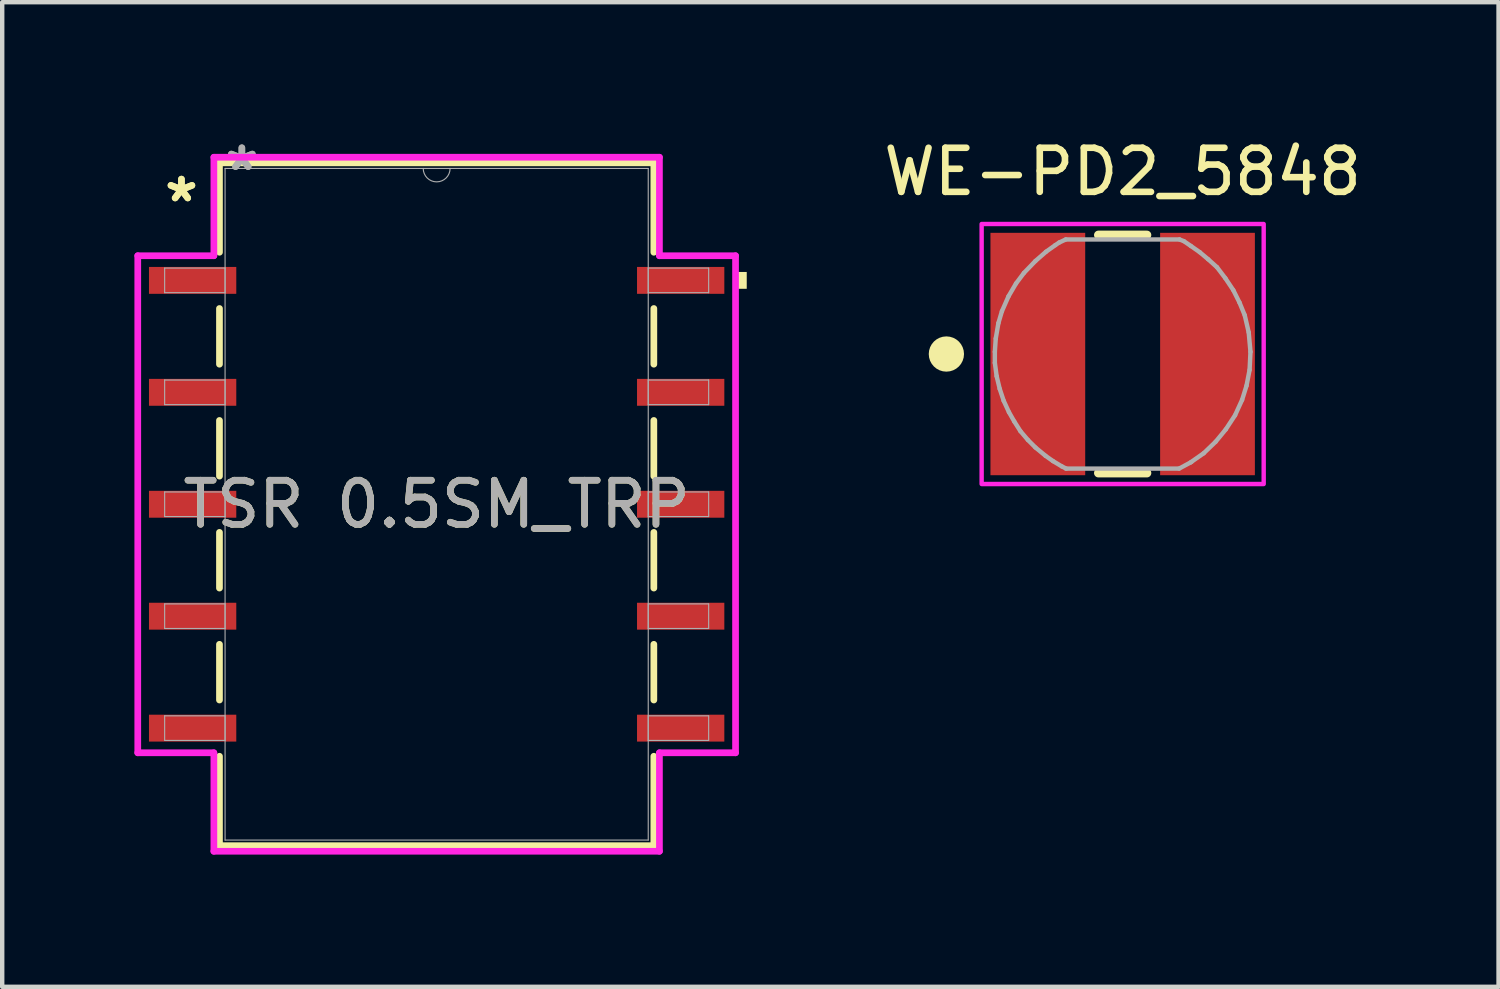
<source format=kicad_pcb>
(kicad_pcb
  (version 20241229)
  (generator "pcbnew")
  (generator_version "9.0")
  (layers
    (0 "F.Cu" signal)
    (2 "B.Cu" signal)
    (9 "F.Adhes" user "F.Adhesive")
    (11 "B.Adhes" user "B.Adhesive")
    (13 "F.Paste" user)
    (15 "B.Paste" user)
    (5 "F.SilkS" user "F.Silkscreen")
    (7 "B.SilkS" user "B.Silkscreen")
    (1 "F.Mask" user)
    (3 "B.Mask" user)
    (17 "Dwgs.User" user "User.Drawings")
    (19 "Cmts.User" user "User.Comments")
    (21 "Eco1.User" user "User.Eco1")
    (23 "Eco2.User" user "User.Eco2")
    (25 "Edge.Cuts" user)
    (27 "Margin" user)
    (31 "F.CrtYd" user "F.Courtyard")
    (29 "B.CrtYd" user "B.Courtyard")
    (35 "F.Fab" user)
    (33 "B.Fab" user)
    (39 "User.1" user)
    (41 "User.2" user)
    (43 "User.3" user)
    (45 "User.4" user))
  (footprint "TSR 0.5SM_TRP"
    (layer "F.Cu")
    (at 6.858 8.392)
    (property "Reference" "TSR 0.5SM_TRP" (at 0 0 0) (unlocked yes) (layer "F.SilkS") (effects (font (size 1 1) (thickness 0.15))))
    (attr smd)
    (fp_line (start -4.928 -7.747) (end -4.928 -5.718) (stroke (width 0.152) (type solid)) (layer "F.SilkS"))
    (fp_line (start -4.928 -4.442) (end -4.928 -3.178) (stroke (width 0.152) (type solid)) (layer "F.SilkS"))
    (fp_line (start -4.928 -1.902) (end -4.928 -0.638) (stroke (width 0.152) (type solid)) (layer "F.SilkS"))
    (fp_line (start -4.928 0.638) (end -4.928 1.902) (stroke (width 0.152) (type solid)) (layer "F.SilkS"))
    (fp_line (start -4.928 3.178) (end -4.928 4.442) (stroke (width 0.152) (type solid)) (layer "F.SilkS"))
    (fp_line (start -4.928 5.718) (end -4.928 7.747) (stroke (width 0.152) (type solid)) (layer "F.SilkS"))
    (fp_line (start -4.928 7.747) (end 4.928 7.747) (stroke (width 0.152) (type solid)) (layer "F.SilkS"))
    (fp_line (start 4.928 -7.747) (end -4.928 -7.747) (stroke (width 0.152) (type solid)) (layer "F.SilkS"))
    (fp_line (start 4.928 -5.718) (end 4.928 -7.747) (stroke (width 0.152) (type solid)) (layer "F.SilkS"))
    (fp_line (start 4.928 -3.178) (end 4.928 -4.442) (stroke (width 0.152) (type solid)) (layer "F.SilkS"))
    (fp_line (start 4.928 -0.638) (end 4.928 -1.902) (stroke (width 0.152) (type solid)) (layer "F.SilkS"))
    (fp_line (start 4.928 1.902) (end 4.928 0.638) (stroke (width 0.152) (type solid)) (layer "F.SilkS"))
    (fp_line (start 4.928 4.442) (end 4.928 3.178) (stroke (width 0.152) (type solid)) (layer "F.SilkS"))
    (fp_line (start 4.928 7.747) (end 4.928 5.718) (stroke (width 0.152) (type solid)) (layer "F.SilkS"))
    (fp_poly (pts (xy 7.036 -5.271) (xy 7.036 -4.889) (xy 6.782 -4.889) (xy 6.782 -5.271)) (stroke (width 0) (type solid)) (fill yes) (layer "F.SilkS"))
    (fp_line (start -6.782 -5.639) (end -5.055 -5.639) (stroke (width 0.152) (type solid)) (layer "F.CrtYd"))
    (fp_line (start -6.782 5.639) (end -6.782 -5.639) (stroke (width 0.152) (type solid)) (layer "F.CrtYd"))
    (fp_line (start -6.782 5.639) (end -5.055 5.639) (stroke (width 0.152) (type solid)) (layer "F.CrtYd"))
    (fp_line (start -5.055 -7.874) (end 5.055 -7.874) (stroke (width 0.152) (type solid)) (layer "F.CrtYd"))
    (fp_line (start -5.055 -5.639) (end -5.055 -7.874) (stroke (width 0.152) (type solid)) (layer "F.CrtYd"))
    (fp_line (start -5.055 7.874) (end -5.055 5.639) (stroke (width 0.152) (type solid)) (layer "F.CrtYd"))
    (fp_line (start 5.055 -7.874) (end 5.055 -5.639) (stroke (width 0.152) (type solid)) (layer "F.CrtYd"))
    (fp_line (start 5.055 5.639) (end 5.055 7.874) (stroke (width 0.152) (type solid)) (layer "F.CrtYd"))
    (fp_line (start 5.055 7.874) (end -5.055 7.874) (stroke (width 0.152) (type solid)) (layer "F.CrtYd"))
    (fp_line (start 6.782 -5.639) (end 5.055 -5.639) (stroke (width 0.152) (type solid)) (layer "F.CrtYd"))
    (fp_line (start 6.782 -5.639) (end 6.782 5.639) (stroke (width 0.152) (type solid)) (layer "F.CrtYd"))
    (fp_line (start 6.782 5.639) (end 5.055 5.639) (stroke (width 0.152) (type solid)) (layer "F.CrtYd"))
    (fp_line (start -6.172 -5.359) (end -6.172 -4.801) (stroke (width 0.025) (type solid)) (layer "F.Fab"))
    (fp_line (start -6.172 -4.801) (end -4.801 -4.801) (stroke (width 0.025) (type solid)) (layer "F.Fab"))
    (fp_line (start -6.172 -2.819) (end -6.172 -2.261) (stroke (width 0.025) (type solid)) (layer "F.Fab"))
    (fp_line (start -6.172 -2.261) (end -4.801 -2.261) (stroke (width 0.025) (type solid)) (layer "F.Fab"))
    (fp_line (start -6.172 -0.279) (end -6.172 0.279) (stroke (width 0.025) (type solid)) (layer "F.Fab"))
    (fp_line (start -6.172 0.279) (end -4.801 0.279) (stroke (width 0.025) (type solid)) (layer "F.Fab"))
    (fp_line (start -6.172 2.261) (end -6.172 2.819) (stroke (width 0.025) (type solid)) (layer "F.Fab"))
    (fp_line (start -6.172 2.819) (end -4.801 2.819) (stroke (width 0.025) (type solid)) (layer "F.Fab"))
    (fp_line (start -6.172 4.801) (end -6.172 5.359) (stroke (width 0.025) (type solid)) (layer "F.Fab"))
    (fp_line (start -6.172 5.359) (end -4.801 5.359) (stroke (width 0.025) (type solid)) (layer "F.Fab"))
    (fp_line (start -4.801 -7.62) (end -4.801 7.62) (stroke (width 0.025) (type solid)) (layer "F.Fab"))
    (fp_line (start -4.801 -5.359) (end -6.172 -5.359) (stroke (width 0.025) (type solid)) (layer "F.Fab"))
    (fp_line (start -4.801 -4.801) (end -4.801 -5.359) (stroke (width 0.025) (type solid)) (layer "F.Fab"))
    (fp_line (start -4.801 -2.819) (end -6.172 -2.819) (stroke (width 0.025) (type solid)) (layer "F.Fab"))
    (fp_line (start -4.801 -2.261) (end -4.801 -2.819) (stroke (width 0.025) (type solid)) (layer "F.Fab"))
    (fp_line (start -4.801 -0.279) (end -6.172 -0.279) (stroke (width 0.025) (type solid)) (layer "F.Fab"))
    (fp_line (start -4.801 0.279) (end -4.801 -0.279) (stroke (width 0.025) (type solid)) (layer "F.Fab"))
    (fp_line (start -4.801 2.261) (end -6.172 2.261) (stroke (width 0.025) (type solid)) (layer "F.Fab"))
    (fp_line (start -4.801 2.819) (end -4.801 2.261) (stroke (width 0.025) (type solid)) (layer "F.Fab"))
    (fp_line (start -4.801 4.801) (end -6.172 4.801) (stroke (width 0.025) (type solid)) (layer "F.Fab"))
    (fp_line (start -4.801 5.359) (end -4.801 4.801) (stroke (width 0.025) (type solid)) (layer "F.Fab"))
    (fp_line (start -4.801 7.62) (end 4.801 7.62) (stroke (width 0.025) (type solid)) (layer "F.Fab"))
    (fp_line (start 4.801 -7.62) (end -4.801 -7.62) (stroke (width 0.025) (type solid)) (layer "F.Fab"))
    (fp_line (start 4.801 -5.359) (end 4.801 -4.801) (stroke (width 0.025) (type solid)) (layer "F.Fab"))
    (fp_line (start 4.801 -4.801) (end 6.172 -4.801) (stroke (width 0.025) (type solid)) (layer "F.Fab"))
    (fp_line (start 4.801 -2.819) (end 4.801 -2.261) (stroke (width 0.025) (type solid)) (layer "F.Fab"))
    (fp_line (start 4.801 -2.261) (end 6.172 -2.261) (stroke (width 0.025) (type solid)) (layer "F.Fab"))
    (fp_line (start 4.801 -0.279) (end 4.801 0.279) (stroke (width 0.025) (type solid)) (layer "F.Fab"))
    (fp_line (start 4.801 0.279) (end 6.172 0.279) (stroke (width 0.025) (type solid)) (layer "F.Fab"))
    (fp_line (start 4.801 2.261) (end 4.801 2.819) (stroke (width 0.025) (type solid)) (layer "F.Fab"))
    (fp_line (start 4.801 2.819) (end 6.172 2.819) (stroke (width 0.025) (type solid)) (layer "F.Fab"))
    (fp_line (start 4.801 4.801) (end 4.801 5.359) (stroke (width 0.025) (type solid)) (layer "F.Fab"))
    (fp_line (start 4.801 5.359) (end 6.172 5.359) (stroke (width 0.025) (type solid)) (layer "F.Fab"))
    (fp_line (start 4.801 7.62) (end 4.801 -7.62) (stroke (width 0.025) (type solid)) (layer "F.Fab"))
    (fp_line (start 6.172 -5.359) (end 4.801 -5.359) (stroke (width 0.025) (type solid)) (layer "F.Fab"))
    (fp_line (start 6.172 -4.801) (end 6.172 -5.359) (stroke (width 0.025) (type solid)) (layer "F.Fab"))
    (fp_line (start 6.172 -2.819) (end 4.801 -2.819) (stroke (width 0.025) (type solid)) (layer "F.Fab"))
    (fp_line (start 6.172 -2.261) (end 6.172 -2.819) (stroke (width 0.025) (type solid)) (layer "F.Fab"))
    (fp_line (start 6.172 -0.279) (end 4.801 -0.279) (stroke (width 0.025) (type solid)) (layer "F.Fab"))
    (fp_line (start 6.172 0.279) (end 6.172 -0.279) (stroke (width 0.025) (type solid)) (layer "F.Fab"))
    (fp_line (start 6.172 2.261) (end 4.801 2.261) (stroke (width 0.025) (type solid)) (layer "F.Fab"))
    (fp_line (start 6.172 2.819) (end 6.172 2.261) (stroke (width 0.025) (type solid)) (layer "F.Fab"))
    (fp_line (start 6.172 4.801) (end 4.801 4.801) (stroke (width 0.025) (type solid)) (layer "F.Fab"))
    (fp_line (start 6.172 5.359) (end 6.172 4.801) (stroke (width 0.025) (type solid)) (layer "F.Fab"))
    (fp_arc (start 0.3048 -7.62) (mid 0 -7.3152) (end -0.3048 -7.62) (stroke (width 0.0254) (type solid)) (layer "F.Fab"))
    (fp_text user "*" (at -5.791 -6.833 0) (unlocked yes) (layer "F.SilkS") (effects (font (size 1 1) (thickness 0.15))))
    (fp_text user "*" (at -5.791 -6.833 0) (layer "F.SilkS") (effects (font (size 1 1) (thickness 0.15))))
    (fp_text user "*" (at -4.42 -7.544 0) (layer "F.Fab") (effects (font (size 1 1) (thickness 0.15))))
    (fp_text user "*" (at -4.42 -7.544 0) (unlocked yes) (layer "F.Fab") (effects (font (size 1 1) (thickness 0.15))))
    (fp_text user "${REFERENCE}" (at 0 0 0) (unlocked yes) (layer "F.Fab") (effects (font (size 1 1) (thickness 0.15))))
    (pad "1" smd rect (at -5.537 -5.08) (size 1.981 0.61) (layers "F.Cu" "F.Mask" "F.Paste"))
    (pad "2" smd rect (at -5.537 -2.54) (size 1.981 0.61) (layers "F.Cu" "F.Mask" "F.Paste"))
    (pad "3" smd rect (at -5.537 0) (size 1.981 0.61) (layers "F.Cu" "F.Mask" "F.Paste"))
    (pad "4" smd rect (at -5.537 2.54) (size 1.981 0.61) (layers "F.Cu" "F.Mask" "F.Paste"))
    (pad "5" smd rect (at -5.537 5.08) (size 1.981 0.61) (layers "F.Cu" "F.Mask" "F.Paste"))
    (pad "6" smd rect (at 5.537 5.08) (size 1.981 0.61) (layers "F.Cu" "F.Mask" "F.Paste"))
    (pad "7" smd rect (at 5.537 2.54) (size 1.981 0.61) (layers "F.Cu" "F.Mask" "F.Paste"))
    (pad "8" smd rect (at 5.537 0) (size 1.981 0.61) (layers "F.Cu" "F.Mask" "F.Paste"))
    (pad "9" smd rect (at 5.537 -2.54) (size 1.981 0.61) (layers "F.Cu" "F.Mask" "F.Paste"))
    (pad "10" smd rect (at 5.537 -5.08) (size 1.981 0.61) (layers "F.Cu" "F.Mask" "F.Paste")))
  (footprint "WE-PD2_5848"
    (layer "F.Cu")
    (at 22.424 4.983)
    (property "Reference" "WE-PD2_5848" (at 0 -4.135 0) (layer "F.SilkS") (effects (font (size 1 1) (thickness 0.15))))
    (attr smd)
    (fp_line (start -0.55 -2.7) (end 0.55 -2.7) (stroke (width 0.2) (type solid)) (layer "F.SilkS"))
    (fp_line (start -0.55 2.7) (end 0.55 2.7) (stroke (width 0.2) (type solid)) (layer "F.SilkS"))
    (fp_circle (center -4 0) (end -3.8 0) (stroke (width 0.4) (type solid)) (fill no) (layer "F.SilkS"))
    (fp_poly (pts (xy -3.2 -2.95) (xy 3.2 -2.95) (xy 3.2 2.95) (xy -3.2 2.95)) (stroke (width 0.1) (type solid)) (fill no) (layer "F.CrtYd"))
    (fp_line (start -2.9 -0.05) (end -2.88 -0.35) (stroke (width 0.1) (type solid)) (layer "F.Fab"))
    (fp_line (start -2.9 0.2) (end -2.9 -0.05) (stroke (width 0.1) (type solid)) (layer "F.Fab"))
    (fp_line (start -2.88 -0.35) (end -2.82 -0.7) (stroke (width 0.1) (type solid)) (layer "F.Fab"))
    (fp_line (start -2.86 0.5) (end -2.9 0.2) (stroke (width 0.1) (type solid)) (layer "F.Fab"))
    (fp_line (start -2.82 -0.7) (end -2.74 -0.97) (stroke (width 0.1) (type solid)) (layer "F.Fab"))
    (fp_line (start -2.79 0.79) (end -2.86 0.5) (stroke (width 0.1) (type solid)) (layer "F.Fab"))
    (fp_line (start -2.74 -0.97) (end -2.59 -1.31) (stroke (width 0.1) (type solid)) (layer "F.Fab"))
    (fp_line (start -2.7 1.06) (end -2.79 0.79) (stroke (width 0.1) (type solid)) (layer "F.Fab"))
    (fp_line (start -2.59 -1.31) (end -2.42 -1.6) (stroke (width 0.1) (type solid)) (layer "F.Fab"))
    (fp_line (start -2.58 1.32) (end -2.7 1.06) (stroke (width 0.1) (type solid)) (layer "F.Fab"))
    (fp_line (start -2.46 1.53) (end -2.58 1.32) (stroke (width 0.1) (type solid)) (layer "F.Fab"))
    (fp_line (start -2.42 -1.6) (end -2.24 -1.84) (stroke (width 0.1) (type solid)) (layer "F.Fab"))
    (fp_line (start -2.32 1.75) (end -2.46 1.53) (stroke (width 0.1) (type solid)) (layer "F.Fab"))
    (fp_line (start -2.24 -1.84) (end -1.98 -2.11) (stroke (width 0.1) (type solid)) (layer "F.Fab"))
    (fp_line (start -2.15 1.95) (end -2.32 1.75) (stroke (width 0.1) (type solid)) (layer "F.Fab"))
    (fp_line (start -1.98 -2.11) (end -1.74 -2.32) (stroke (width 0.1) (type solid)) (layer "F.Fab"))
    (fp_line (start -1.98 2.12) (end -2.15 1.95) (stroke (width 0.1) (type solid)) (layer "F.Fab"))
    (fp_line (start -1.75 2.31) (end -1.98 2.12) (stroke (width 0.1) (type solid)) (layer "F.Fab"))
    (fp_line (start -1.74 -2.32) (end -1.53 -2.47) (stroke (width 0.1) (type solid)) (layer "F.Fab"))
    (fp_line (start -1.58 2.43) (end -1.75 2.31) (stroke (width 0.1) (type solid)) (layer "F.Fab"))
    (fp_line (start -1.53 -2.47) (end -1.44 -2.53) (stroke (width 0.1) (type solid)) (layer "F.Fab"))
    (fp_line (start -1.44 -2.53) (end -1.29 -2.6) (stroke (width 0.1) (type solid)) (layer "F.Fab"))
    (fp_line (start -1.38 2.55) (end -1.58 2.43) (stroke (width 0.1) (type solid)) (layer "F.Fab"))
    (fp_line (start -1.29 -2.6) (end 1.29 -2.6) (stroke (width 0.1) (type solid)) (layer "F.Fab"))
    (fp_line (start -1.28 2.6) (end -1.38 2.55) (stroke (width 0.1) (type solid)) (layer "F.Fab"))
    (fp_line (start 1.28 2.6) (end -1.29 2.6) (stroke (width 0.1) (type solid)) (layer "F.Fab"))
    (fp_line (start 1.29 -2.6) (end 1.39 -2.56) (stroke (width 0.1) (type solid)) (layer "F.Fab"))
    (fp_line (start 1.39 -2.56) (end 1.55 -2.45) (stroke (width 0.1) (type solid)) (layer "F.Fab"))
    (fp_line (start 1.55 -2.45) (end 1.75 -2.31) (stroke (width 0.1) (type solid)) (layer "F.Fab"))
    (fp_line (start 1.56 2.45) (end 1.28 2.6) (stroke (width 0.1) (type solid)) (layer "F.Fab"))
    (fp_line (start 1.75 -2.31) (end 1.94 -2.15) (stroke (width 0.1) (type solid)) (layer "F.Fab"))
    (fp_line (start 1.84 2.25) (end 1.54 2.46) (stroke (width 0.1) (type solid)) (layer "F.Fab"))
    (fp_line (start 1.94 -2.15) (end 2.14 -1.97) (stroke (width 0.1) (type solid)) (layer "F.Fab"))
    (fp_line (start 2.11 1.99) (end 1.84 2.25) (stroke (width 0.1) (type solid)) (layer "F.Fab"))
    (fp_line (start 2.14 -1.97) (end 2.33 -1.72) (stroke (width 0.1) (type solid)) (layer "F.Fab"))
    (fp_line (start 2.33 -1.72) (end 2.51 -1.45) (stroke (width 0.1) (type solid)) (layer "F.Fab"))
    (fp_line (start 2.34 1.71) (end 2.11 1.99) (stroke (width 0.1) (type solid)) (layer "F.Fab"))
    (fp_line (start 2.51 -1.45) (end 2.65 -1.17) (stroke (width 0.1) (type solid)) (layer "F.Fab"))
    (fp_line (start 2.55 1.39) (end 2.34 1.71) (stroke (width 0.1) (type solid)) (layer "F.Fab"))
    (fp_line (start 2.65 -1.17) (end 2.77 -0.88) (stroke (width 0.1) (type solid)) (layer "F.Fab"))
    (fp_line (start 2.71 1.04) (end 2.55 1.39) (stroke (width 0.1) (type solid)) (layer "F.Fab"))
    (fp_line (start 2.77 -0.88) (end 2.86 -0.49) (stroke (width 0.1) (type solid)) (layer "F.Fab"))
    (fp_line (start 2.81 0.72) (end 2.71 1.04) (stroke (width 0.1) (type solid)) (layer "F.Fab"))
    (fp_line (start 2.86 -0.49) (end 2.9 -0.05) (stroke (width 0.1) (type solid)) (layer "F.Fab"))
    (fp_line (start 2.88 0.36) (end 2.81 0.72) (stroke (width 0.1) (type solid)) (layer "F.Fab"))
    (fp_line (start 2.9 -0.05) (end 2.88 0.36) (stroke (width 0.1) (type solid)) (layer "F.Fab"))
    (pad "1" smd rect (at -1.925 0) (size 2.15 5.5) (layers "F.Cu" "F.Mask" "F.Paste"))
    (pad "2" smd rect (at 1.925 0) (size 2.15 5.5) (layers "F.Cu" "F.Mask" "F.Paste"))
    (zone (net_name "") (layer "F.Cu") (hatch full 0.508) (connect_pads) (min_thickness 0.1) (filled_areas_thickness no) (keepout (tracks not_allowed) (vias not_allowed) (pads not_allowed) (copperpour not_allowed) (footprints allowed)) (placement (enabled no)) (fill) (polygon (pts (xy 21.624 2.233) (xy 23.224 2.233) (xy 23.224 7.733) (xy 21.624 7.733))))
    (zone (net_name "") (layers "F.Cu" "B.Cu") (hatch full 0.508) (connect_pads) (min_thickness 0.1) (filled_areas_thickness no) (keepout (tracks allowed) (vias not_allowed) (pads allowed) (copperpour allowed) (footprints allowed)) (placement (enabled no)) (fill) (polygon (pts (xy 21.624 2.233) (xy 23.224 2.233) (xy 23.224 7.733) (xy 21.624 7.733)))))
  (gr_rect
    (start -3 -3)
    (end 30.953 19.342)
    (stroke (width 0.1) (type default))
    (fill no)
    (layer "Edge.Cuts")))
</source>
